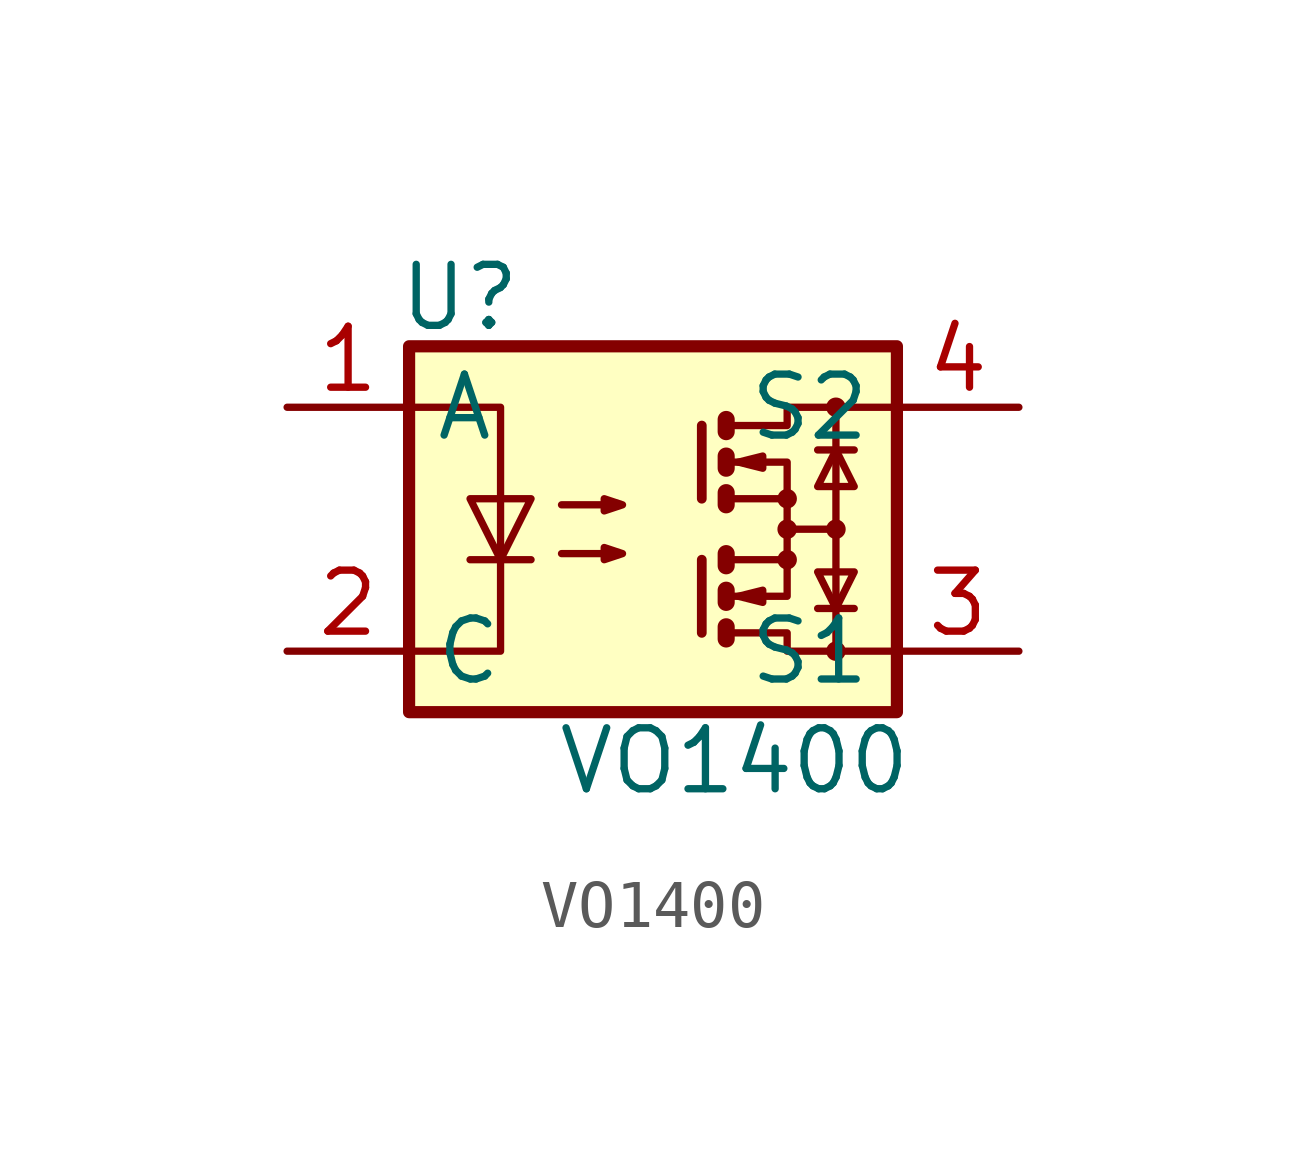
<source format=kicad_sym>
(kicad_symbol_lib
  (version 20241209)
  (generator "kicad_symbol_editor")
  (generator_version "9.0")
  (symbol "VO1400"
    (property "Reference" "U"
      (at -5.334 4.826 0)
      (effects (font (size 1.27 1.27)) (justify left)))
    (property "Value" "VO1400"
      (at -2.032 -4.826 0)
      (effects (font (size 1.27 1.27)) (justify left)))
    (symbol "VO1400_0_1"
      (rectangle (start -5.08 3.81) (end 5.08 -3.81) (stroke (width 0.254) (type default)) (fill (type background)))
      (polyline (pts (xy -5.08 2.54) (xy -3.175 2.54) (xy -3.175 -2.54) (xy -5.08 -2.54)) (stroke (width 0) (type default)) (fill (type none)))
      (polyline (pts (xy -3.81 -0.635) (xy -2.54 -0.635)) (stroke (width 0) (type default)) (fill (type none)))
      (polyline (pts (xy -3.175 -0.635) (xy -3.81 0.635) (xy -2.54 0.635) (xy -3.175 -0.635)) (stroke (width 0) (type default)) (fill (type none)))
      (polyline (pts (xy -1.905 0.508) (xy -0.635 0.508) (xy -1.016 0.381) (xy -1.016 0.635) (xy -0.635 0.508)) (stroke (width 0) (type default)) (fill (type none)))
      (polyline (pts (xy -1.905 -0.508) (xy -0.635 -0.508) (xy -1.016 -0.635) (xy -1.016 -0.381) (xy -0.635 -0.508)) (stroke (width 0) (type default)) (fill (type none)))
      (polyline (pts (xy 1.016 2.159) (xy 1.016 0.635)) (stroke (width 0.203) (type default)) (fill (type none)))
      (polyline (pts (xy 1.016 -0.635) (xy 1.016 -2.159)) (stroke (width 0.203) (type default)) (fill (type none)))
      (polyline (pts (xy 1.524 2.286) (xy 1.524 2.032) (xy 1.524 2.032)) (stroke (width 0.356) (type default)) (fill (type none)))
      (polyline (pts (xy 1.524 1.524) (xy 1.524 1.27) (xy 1.524 1.27)) (stroke (width 0.356) (type default)) (fill (type none)))
      (polyline (pts (xy 1.524 0.762) (xy 1.524 0.508) (xy 1.524 0.508)) (stroke (width 0.356) (type default)) (fill (type none)))
      (polyline (pts (xy 1.524 -0.508) (xy 1.524 -0.762)) (stroke (width 0.356) (type default)) (fill (type none)))
      (polyline (pts (xy 1.524 -1.27) (xy 1.524 -1.524) (xy 1.524 -1.524)) (stroke (width 0.356) (type default)) (fill (type none)))
      (polyline (pts (xy 1.524 -2.032) (xy 1.524 -2.286) (xy 1.524 -2.286)) (stroke (width 0.356) (type default)) (fill (type none)))
      (polyline (pts (xy 1.651 2.159) (xy 2.794 2.159) (xy 2.794 2.54) (xy 5.08 2.54)) (stroke (width 0) (type default)) (fill (type none)))
      (polyline (pts (xy 1.651 1.397) (xy 2.794 1.397) (xy 2.794 0.635)) (stroke (width 0) (type default)) (fill (type none)))
      (polyline (pts (xy 1.651 -0.635) (xy 2.794 -0.635) (xy 2.794 0.635) (xy 1.651 0.635)) (stroke (width 0) (type default)) (fill (type none)))
      (polyline (pts (xy 1.651 -1.397) (xy 2.794 -1.397) (xy 2.794 -0.635)) (stroke (width 0) (type default)) (fill (type none)))
      (polyline (pts (xy 1.651 -2.159) (xy 2.794 -2.159) (xy 2.794 -2.54) (xy 5.08 -2.54)) (stroke (width 0) (type default)) (fill (type none)))
      (polyline (pts (xy 1.778 1.397) (xy 2.286 1.524) (xy 2.286 1.27) (xy 1.778 1.397)) (stroke (width 0) (type default)) (fill (type none)))
      (polyline (pts (xy 1.778 -1.397) (xy 2.286 -1.27) (xy 2.286 -1.524) (xy 1.778 -1.397)) (stroke (width 0) (type default)) (fill (type none)))
      (circle (center 2.794 0.635) (radius 0.127) (stroke (width 0) (type default)) (fill (type none)))
      (polyline (pts (xy 2.794 0) (xy 3.81 0)) (stroke (width 0) (type default)) (fill (type none)))
      (circle (center 2.794 0) (radius 0.127) (stroke (width 0) (type default)) (fill (type none)))
      (circle (center 2.794 -0.635) (radius 0.127) (stroke (width 0) (type default)) (fill (type none)))
      (polyline (pts (xy 3.429 1.651) (xy 4.191 1.651)) (stroke (width 0) (type default)) (fill (type none)))
      (polyline (pts (xy 3.429 -1.651) (xy 4.191 -1.651)) (stroke (width 0) (type default)) (fill (type none)))
      (circle (center 3.81 2.54) (radius 0.127) (stroke (width 0) (type default)) (fill (type none)))
      (polyline (pts (xy 3.81 1.651) (xy 3.429 0.889) (xy 4.191 0.889) (xy 3.81 1.651)) (stroke (width 0) (type default)) (fill (type none)))
      (circle (center 3.81 0) (radius 0.127) (stroke (width 0) (type default)) (fill (type none)))
      (polyline (pts (xy 3.81 -1.651) (xy 3.429 -0.889) (xy 4.191 -0.889) (xy 3.81 -1.651)) (stroke (width 0) (type default)) (fill (type none)))
      (polyline (pts (xy 3.81 -2.54) (xy 3.81 2.54)) (stroke (width 0) (type default)) (fill (type none)))
      (circle (center 3.81 -2.54) (radius 0.127) (stroke (width 0) (type default)) (fill (type none))))
    (symbol "VO1400_1_1"
      (pin passive line (at -7.62 2.54 0) (length 2.54) (name "A" (effects (font (size 1.27 1.27)))) (number "1" (effects (font (size 1.27 1.27)))))
      (pin passive line (at -7.62 -2.54 0) (length 2.54) (name "C" (effects (font (size 1.27 1.27)))) (number "2" (effects (font (size 1.27 1.27)))))
      (pin passive line (at 7.62 2.54 180) (length 2.54) (name "S2" (effects (font (size 1.27 1.27)))) (number "4" (effects (font (size 1.27 1.27)))))
      (pin passive line (at 7.62 -2.54 180) (length 2.54) (name "S1" (effects (font (size 1.27 1.27)))) (number "3" (effects (font (size 1.27 1.27))))))))
</source>
